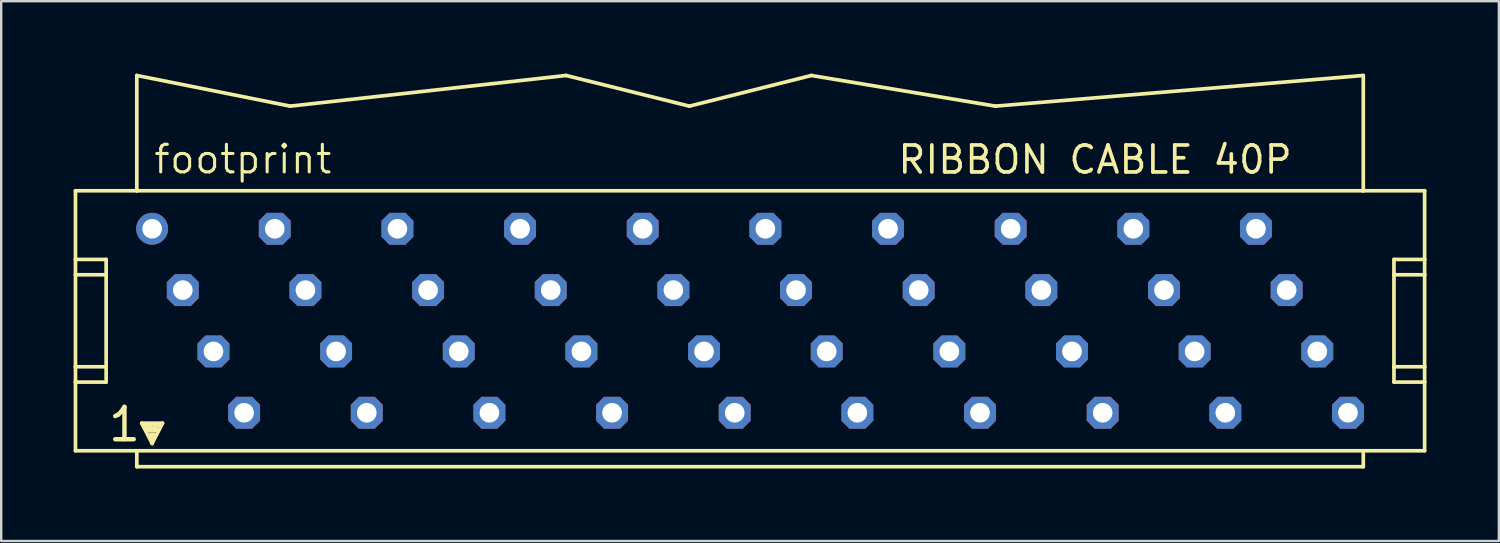
<source format=kicad_pcb>
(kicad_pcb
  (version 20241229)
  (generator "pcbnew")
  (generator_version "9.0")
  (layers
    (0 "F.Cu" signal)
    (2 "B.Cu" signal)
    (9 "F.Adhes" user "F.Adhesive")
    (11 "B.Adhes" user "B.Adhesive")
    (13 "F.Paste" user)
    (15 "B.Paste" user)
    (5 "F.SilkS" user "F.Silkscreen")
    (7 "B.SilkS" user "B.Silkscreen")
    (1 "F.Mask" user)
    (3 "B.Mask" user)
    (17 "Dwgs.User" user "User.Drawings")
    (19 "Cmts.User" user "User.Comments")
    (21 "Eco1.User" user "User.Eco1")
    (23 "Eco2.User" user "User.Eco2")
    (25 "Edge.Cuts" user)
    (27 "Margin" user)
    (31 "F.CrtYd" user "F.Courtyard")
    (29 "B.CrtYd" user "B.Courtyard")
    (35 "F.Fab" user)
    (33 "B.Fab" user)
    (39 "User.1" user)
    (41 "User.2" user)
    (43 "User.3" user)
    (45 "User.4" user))
  (footprint "footprint"
    (layer "F.Cu")
    (at 28.016 10.236)
    (property "Reference" "footprint" (at -24.765 -6.02 0) (layer "F.SilkS") (effects (font (size 1.143 1.143) (thickness 0.127)) (justify left bottom)))
    (fp_line (start -27.94 -5.385) (end -27.94 -2.54) (stroke (width 0.152) (type solid)) (layer "F.SilkS"))
    (fp_line (start -27.94 -2.54) (end -27.94 -1.905) (stroke (width 0.152) (type solid)) (layer "F.SilkS"))
    (fp_line (start -27.94 -2.54) (end -26.67 -2.54) (stroke (width 0.152) (type solid)) (layer "F.SilkS"))
    (fp_line (start -27.94 -1.905) (end -27.94 1.905) (stroke (width 0.152) (type solid)) (layer "F.SilkS"))
    (fp_line (start -27.94 -1.905) (end -26.67 -1.905) (stroke (width 0.152) (type solid)) (layer "F.SilkS"))
    (fp_line (start -27.94 1.905) (end -27.94 2.54) (stroke (width 0.152) (type solid)) (layer "F.SilkS"))
    (fp_line (start -27.94 1.905) (end -26.67 1.905) (stroke (width 0.152) (type solid)) (layer "F.SilkS"))
    (fp_line (start -27.94 2.54) (end -27.94 5.385) (stroke (width 0.152) (type solid)) (layer "F.SilkS"))
    (fp_line (start -27.94 5.385) (end -25.4 5.385) (stroke (width 0.152) (type solid)) (layer "F.SilkS"))
    (fp_line (start -26.67 -2.54) (end -26.67 -1.905) (stroke (width 0.152) (type solid)) (layer "F.SilkS"))
    (fp_line (start -26.67 -1.905) (end -26.67 1.905) (stroke (width 0.152) (type solid)) (layer "F.SilkS"))
    (fp_line (start -26.67 1.905) (end -26.67 2.54) (stroke (width 0.152) (type solid)) (layer "F.SilkS"))
    (fp_line (start -26.67 2.54) (end -27.94 2.54) (stroke (width 0.152) (type solid)) (layer "F.SilkS"))
    (fp_line (start -25.4 -5.385) (end -27.94 -5.385) (stroke (width 0.152) (type solid)) (layer "F.SilkS"))
    (fp_line (start -25.4 -5.385) (end -25.4 -10.16) (stroke (width 0.152) (type solid)) (layer "F.SilkS"))
    (fp_line (start -25.4 5.385) (end 25.4 5.385) (stroke (width 0.152) (type solid)) (layer "F.SilkS"))
    (fp_line (start -25.4 6.045) (end -25.4 5.385) (stroke (width 0.152) (type solid)) (layer "F.SilkS"))
    (fp_line (start -25.197 4.242) (end -24.333 4.242) (stroke (width 0.152) (type solid)) (layer "F.SilkS"))
    (fp_line (start -24.765 5.08) (end -25.197 4.242) (stroke (width 0.152) (type solid)) (layer "F.SilkS"))
    (fp_line (start -24.765 5.08) (end -24.765 4.826) (stroke (width 0.152) (type solid)) (layer "F.SilkS"))
    (fp_line (start -24.333 4.242) (end -24.765 5.08) (stroke (width 0.152) (type solid)) (layer "F.SilkS"))
    (fp_line (start -19.05 -8.89) (end -25.4 -10.16) (stroke (width 0.152) (type solid)) (layer "F.SilkS"))
    (fp_line (start -19.05 -8.89) (end -7.62 -10.16) (stroke (width 0.152) (type solid)) (layer "F.SilkS"))
    (fp_line (start -2.515 -8.89) (end -7.62 -10.16) (stroke (width 0.152) (type solid)) (layer "F.SilkS"))
    (fp_line (start -2.515 -8.89) (end 2.54 -10.16) (stroke (width 0.152) (type solid)) (layer "F.SilkS"))
    (fp_line (start 2.54 -10.16) (end 10.16 -8.89) (stroke (width 0.152) (type solid)) (layer "F.SilkS"))
    (fp_line (start 10.16 -8.89) (end 25.4 -10.16) (stroke (width 0.152) (type solid)) (layer "F.SilkS"))
    (fp_line (start 25.4 -10.16) (end 25.4 -5.385) (stroke (width 0.152) (type solid)) (layer "F.SilkS"))
    (fp_line (start 25.4 -5.385) (end -25.4 -5.385) (stroke (width 0.152) (type solid)) (layer "F.SilkS"))
    (fp_line (start 25.4 5.385) (end 25.4 6.045) (stroke (width 0.152) (type solid)) (layer "F.SilkS"))
    (fp_line (start 25.4 5.385) (end 27.94 5.385) (stroke (width 0.152) (type solid)) (layer "F.SilkS"))
    (fp_line (start 25.4 6.045) (end -25.4 6.045) (stroke (width 0.152) (type solid)) (layer "F.SilkS"))
    (fp_line (start 26.67 -2.54) (end 26.67 -1.905) (stroke (width 0.152) (type solid)) (layer "F.SilkS"))
    (fp_line (start 26.67 -2.54) (end 27.94 -2.54) (stroke (width 0.152) (type solid)) (layer "F.SilkS"))
    (fp_line (start 26.67 -1.905) (end 26.67 1.905) (stroke (width 0.152) (type solid)) (layer "F.SilkS"))
    (fp_line (start 26.67 -1.905) (end 27.94 -1.905) (stroke (width 0.152) (type solid)) (layer "F.SilkS"))
    (fp_line (start 26.67 1.905) (end 26.67 2.54) (stroke (width 0.152) (type solid)) (layer "F.SilkS"))
    (fp_line (start 26.67 1.905) (end 27.94 1.905) (stroke (width 0.152) (type solid)) (layer "F.SilkS"))
    (fp_line (start 27.94 -5.385) (end 25.4 -5.385) (stroke (width 0.152) (type solid)) (layer "F.SilkS"))
    (fp_line (start 27.94 -2.54) (end 27.94 -5.385) (stroke (width 0.152) (type solid)) (layer "F.SilkS"))
    (fp_line (start 27.94 -1.905) (end 27.94 -2.54) (stroke (width 0.152) (type solid)) (layer "F.SilkS"))
    (fp_line (start 27.94 1.905) (end 27.94 -1.905) (stroke (width 0.152) (type solid)) (layer "F.SilkS"))
    (fp_line (start 27.94 2.54) (end 26.67 2.54) (stroke (width 0.152) (type solid)) (layer "F.SilkS"))
    (fp_line (start 27.94 2.54) (end 27.94 1.905) (stroke (width 0.152) (type solid)) (layer "F.SilkS"))
    (fp_line (start 27.94 5.385) (end 27.94 2.54) (stroke (width 0.152) (type solid)) (layer "F.SilkS"))
    (fp_poly (pts (xy -25.146 4.394) (xy -24.765 4.394) (xy -24.765 4.267) (xy -25.146 4.267)) (stroke (width 0) (type solid)) (fill yes) (layer "F.SilkS"))
    (fp_poly (pts (xy -25.019 4.623) (xy -24.511 4.623) (xy -24.511 4.369) (xy -25.019 4.369)) (stroke (width 0) (type solid)) (fill yes) (layer "F.SilkS"))
    (fp_poly (pts (xy -24.892 4.877) (xy -24.638 4.877) (xy -24.638 4.623) (xy -24.892 4.623)) (stroke (width 0) (type solid)) (fill yes) (layer "F.SilkS"))
    (fp_poly (pts (xy -24.765 4.394) (xy -24.384 4.394) (xy -24.384 4.267) (xy -24.765 4.267)) (stroke (width 0) (type solid)) (fill yes) (layer "F.SilkS"))
    (fp_text user "RIBBON CABLE 40P" (at 6.045 -6.02 0) (layer "F.SilkS") (effects (font (size 1.118 1.118) (thickness 0.152)) (justify left bottom)))
    (fp_text user "1" (at -26.67 5.08 0) (layer "F.SilkS") (effects (font (size 1.341 1.341) (thickness 0.183)) (justify left bottom)))
    (pad "1" thru_hole circle (at -24.765 -3.81) (size 1.321 1.321) (drill 0.813) (layers "*.Cu" "*.Mask"))
    (pad "2" thru_hole roundrect (at -23.495 -1.27) (size 1.321 1.321) (drill 0.813) (layers "*.Cu" "*.Mask") (roundrect_rratio 0.25) (chamfer_ratio 0.25) (chamfer top_left top_right bottom_left bottom_right))
    (pad "3" thru_hole roundrect (at -22.225 1.27) (size 1.321 1.321) (drill 0.813) (layers "*.Cu" "*.Mask") (roundrect_rratio 0.25) (chamfer_ratio 0.25) (chamfer top_left top_right bottom_left bottom_right))
    (pad "4" thru_hole roundrect (at -20.955 3.81) (size 1.321 1.321) (drill 0.813) (layers "*.Cu" "*.Mask") (roundrect_rratio 0.25) (chamfer_ratio 0.25) (chamfer top_left top_right bottom_left bottom_right))
    (pad "5" thru_hole roundrect (at -19.685 -3.81) (size 1.321 1.321) (drill 0.813) (layers "*.Cu" "*.Mask") (roundrect_rratio 0.25) (chamfer_ratio 0.25) (chamfer top_left top_right bottom_left bottom_right))
    (pad "6" thru_hole roundrect (at -18.415 -1.27) (size 1.321 1.321) (drill 0.813) (layers "*.Cu" "*.Mask") (roundrect_rratio 0.25) (chamfer_ratio 0.25) (chamfer top_left top_right bottom_left bottom_right))
    (pad "7" thru_hole roundrect (at -17.145 1.27) (size 1.321 1.321) (drill 0.813) (layers "*.Cu" "*.Mask") (roundrect_rratio 0.25) (chamfer_ratio 0.25) (chamfer top_left top_right bottom_left bottom_right))
    (pad "8" thru_hole roundrect (at -15.875 3.81) (size 1.321 1.321) (drill 0.813) (layers "*.Cu" "*.Mask") (roundrect_rratio 0.25) (chamfer_ratio 0.25) (chamfer top_left top_right bottom_left bottom_right))
    (pad "9" thru_hole roundrect (at -14.605 -3.81) (size 1.321 1.321) (drill 0.813) (layers "*.Cu" "*.Mask") (roundrect_rratio 0.25) (chamfer_ratio 0.25) (chamfer top_left top_right bottom_left bottom_right))
    (pad "10" thru_hole roundrect (at -13.335 -1.27) (size 1.321 1.321) (drill 0.813) (layers "*.Cu" "*.Mask") (roundrect_rratio 0.25) (chamfer_ratio 0.25) (chamfer top_left top_right bottom_left bottom_right))
    (pad "11" thru_hole roundrect (at -12.065 1.27) (size 1.321 1.321) (drill 0.813) (layers "*.Cu" "*.Mask") (roundrect_rratio 0.25) (chamfer_ratio 0.25) (chamfer top_left top_right bottom_left bottom_right))
    (pad "12" thru_hole roundrect (at -10.795 3.81) (size 1.321 1.321) (drill 0.813) (layers "*.Cu" "*.Mask") (roundrect_rratio 0.25) (chamfer_ratio 0.25) (chamfer top_left top_right bottom_left bottom_right))
    (pad "13" thru_hole roundrect (at -9.525 -3.81) (size 1.321 1.321) (drill 0.813) (layers "*.Cu" "*.Mask") (roundrect_rratio 0.25) (chamfer_ratio 0.25) (chamfer top_left top_right bottom_left bottom_right))
    (pad "14" thru_hole roundrect (at -8.255 -1.27) (size 1.321 1.321) (drill 0.813) (layers "*.Cu" "*.Mask") (roundrect_rratio 0.25) (chamfer_ratio 0.25) (chamfer top_left top_right bottom_left bottom_right))
    (pad "15" thru_hole roundrect (at -6.985 1.27) (size 1.321 1.321) (drill 0.813) (layers "*.Cu" "*.Mask") (roundrect_rratio 0.25) (chamfer_ratio 0.25) (chamfer top_left top_right bottom_left bottom_right))
    (pad "16" thru_hole roundrect (at -5.715 3.81) (size 1.321 1.321) (drill 0.813) (layers "*.Cu" "*.Mask") (roundrect_rratio 0.25) (chamfer_ratio 0.25) (chamfer top_left top_right bottom_left bottom_right))
    (pad "17" thru_hole roundrect (at -4.445 -3.81) (size 1.321 1.321) (drill 0.813) (layers "*.Cu" "*.Mask") (roundrect_rratio 0.25) (chamfer_ratio 0.25) (chamfer top_left top_right bottom_left bottom_right))
    (pad "18" thru_hole roundrect (at -3.175 -1.27) (size 1.321 1.321) (drill 0.813) (layers "*.Cu" "*.Mask") (roundrect_rratio 0.25) (chamfer_ratio 0.25) (chamfer top_left top_right bottom_left bottom_right))
    (pad "19" thru_hole roundrect (at -1.905 1.27) (size 1.321 1.321) (drill 0.813) (layers "*.Cu" "*.Mask") (roundrect_rratio 0.25) (chamfer_ratio 0.25) (chamfer top_left top_right bottom_left bottom_right))
    (pad "20" thru_hole roundrect (at -0.635 3.81) (size 1.321 1.321) (drill 0.813) (layers "*.Cu" "*.Mask") (roundrect_rratio 0.25) (chamfer_ratio 0.25) (chamfer top_left top_right bottom_left bottom_right))
    (pad "21" thru_hole roundrect (at 0.635 -3.81) (size 1.321 1.321) (drill 0.813) (layers "*.Cu" "*.Mask") (roundrect_rratio 0.25) (chamfer_ratio 0.25) (chamfer top_left top_right bottom_left bottom_right))
    (pad "22" thru_hole roundrect (at 1.905 -1.27) (size 1.321 1.321) (drill 0.813) (layers "*.Cu" "*.Mask") (roundrect_rratio 0.25) (chamfer_ratio 0.25) (chamfer top_left top_right bottom_left bottom_right))
    (pad "23" thru_hole roundrect (at 3.175 1.27) (size 1.321 1.321) (drill 0.813) (layers "*.Cu" "*.Mask") (roundrect_rratio 0.25) (chamfer_ratio 0.25) (chamfer top_left top_right bottom_left bottom_right))
    (pad "24" thru_hole roundrect (at 4.445 3.81) (size 1.321 1.321) (drill 0.813) (layers "*.Cu" "*.Mask") (roundrect_rratio 0.25) (chamfer_ratio 0.25) (chamfer top_left top_right bottom_left bottom_right))
    (pad "25" thru_hole roundrect (at 5.715 -3.81) (size 1.321 1.321) (drill 0.813) (layers "*.Cu" "*.Mask") (roundrect_rratio 0.25) (chamfer_ratio 0.25) (chamfer top_left top_right bottom_left bottom_right))
    (pad "26" thru_hole roundrect (at 6.985 -1.27) (size 1.321 1.321) (drill 0.813) (layers "*.Cu" "*.Mask") (roundrect_rratio 0.25) (chamfer_ratio 0.25) (chamfer top_left top_right bottom_left bottom_right))
    (pad "27" thru_hole roundrect (at 8.255 1.27) (size 1.321 1.321) (drill 0.813) (layers "*.Cu" "*.Mask") (roundrect_rratio 0.25) (chamfer_ratio 0.25) (chamfer top_left top_right bottom_left bottom_right))
    (pad "28" thru_hole roundrect (at 9.525 3.81) (size 1.321 1.321) (drill 0.813) (layers "*.Cu" "*.Mask") (roundrect_rratio 0.25) (chamfer_ratio 0.25) (chamfer top_left top_right bottom_left bottom_right))
    (pad "29" thru_hole roundrect (at 10.795 -3.81) (size 1.321 1.321) (drill 0.813) (layers "*.Cu" "*.Mask") (roundrect_rratio 0.25) (chamfer_ratio 0.25) (chamfer top_left top_right bottom_left bottom_right))
    (pad "30" thru_hole roundrect (at 12.065 -1.27) (size 1.321 1.321) (drill 0.813) (layers "*.Cu" "*.Mask") (roundrect_rratio 0.25) (chamfer_ratio 0.25) (chamfer top_left top_right bottom_left bottom_right))
    (pad "31" thru_hole roundrect (at 13.335 1.27) (size 1.321 1.321) (drill 0.813) (layers "*.Cu" "*.Mask") (roundrect_rratio 0.25) (chamfer_ratio 0.25) (chamfer top_left top_right bottom_left bottom_right))
    (pad "32" thru_hole roundrect (at 14.605 3.81) (size 1.321 1.321) (drill 0.813) (layers "*.Cu" "*.Mask") (roundrect_rratio 0.25) (chamfer_ratio 0.25) (chamfer top_left top_right bottom_left bottom_right))
    (pad "33" thru_hole roundrect (at 15.875 -3.81) (size 1.321 1.321) (drill 0.813) (layers "*.Cu" "*.Mask") (roundrect_rratio 0.25) (chamfer_ratio 0.25) (chamfer top_left top_right bottom_left bottom_right))
    (pad "34" thru_hole roundrect (at 17.145 -1.27) (size 1.321 1.321) (drill 0.813) (layers "*.Cu" "*.Mask") (roundrect_rratio 0.25) (chamfer_ratio 0.25) (chamfer top_left top_right bottom_left bottom_right))
    (pad "35" thru_hole roundrect (at 18.415 1.27) (size 1.321 1.321) (drill 0.813) (layers "*.Cu" "*.Mask") (roundrect_rratio 0.25) (chamfer_ratio 0.25) (chamfer top_left top_right bottom_left bottom_right))
    (pad "36" thru_hole roundrect (at 19.685 3.81) (size 1.321 1.321) (drill 0.813) (layers "*.Cu" "*.Mask") (roundrect_rratio 0.25) (chamfer_ratio 0.25) (chamfer top_left top_right bottom_left bottom_right))
    (pad "37" thru_hole roundrect (at 20.955 -3.81) (size 1.321 1.321) (drill 0.813) (layers "*.Cu" "*.Mask") (roundrect_rratio 0.25) (chamfer_ratio 0.25) (chamfer top_left top_right bottom_left bottom_right))
    (pad "38" thru_hole roundrect (at 22.225 -1.27) (size 1.321 1.321) (drill 0.813) (layers "*.Cu" "*.Mask") (roundrect_rratio 0.25) (chamfer_ratio 0.25) (chamfer top_left top_right bottom_left bottom_right))
    (pad "39" thru_hole roundrect (at 23.495 1.27) (size 1.321 1.321) (drill 0.813) (layers "*.Cu" "*.Mask") (roundrect_rratio 0.25) (chamfer_ratio 0.25) (chamfer top_left top_right bottom_left bottom_right))
    (pad "40" thru_hole roundrect (at 24.765 3.81) (size 1.321 1.321) (drill 0.813) (layers "*.Cu" "*.Mask") (roundrect_rratio 0.25) (chamfer_ratio 0.25) (chamfer top_left top_right bottom_left bottom_right)))
  (gr_rect
    (start -3 -3)
    (end 59.032 19.358)
    (stroke (width 0.1) (type default))
    (fill no)
    (layer "Edge.Cuts")))
</source>
